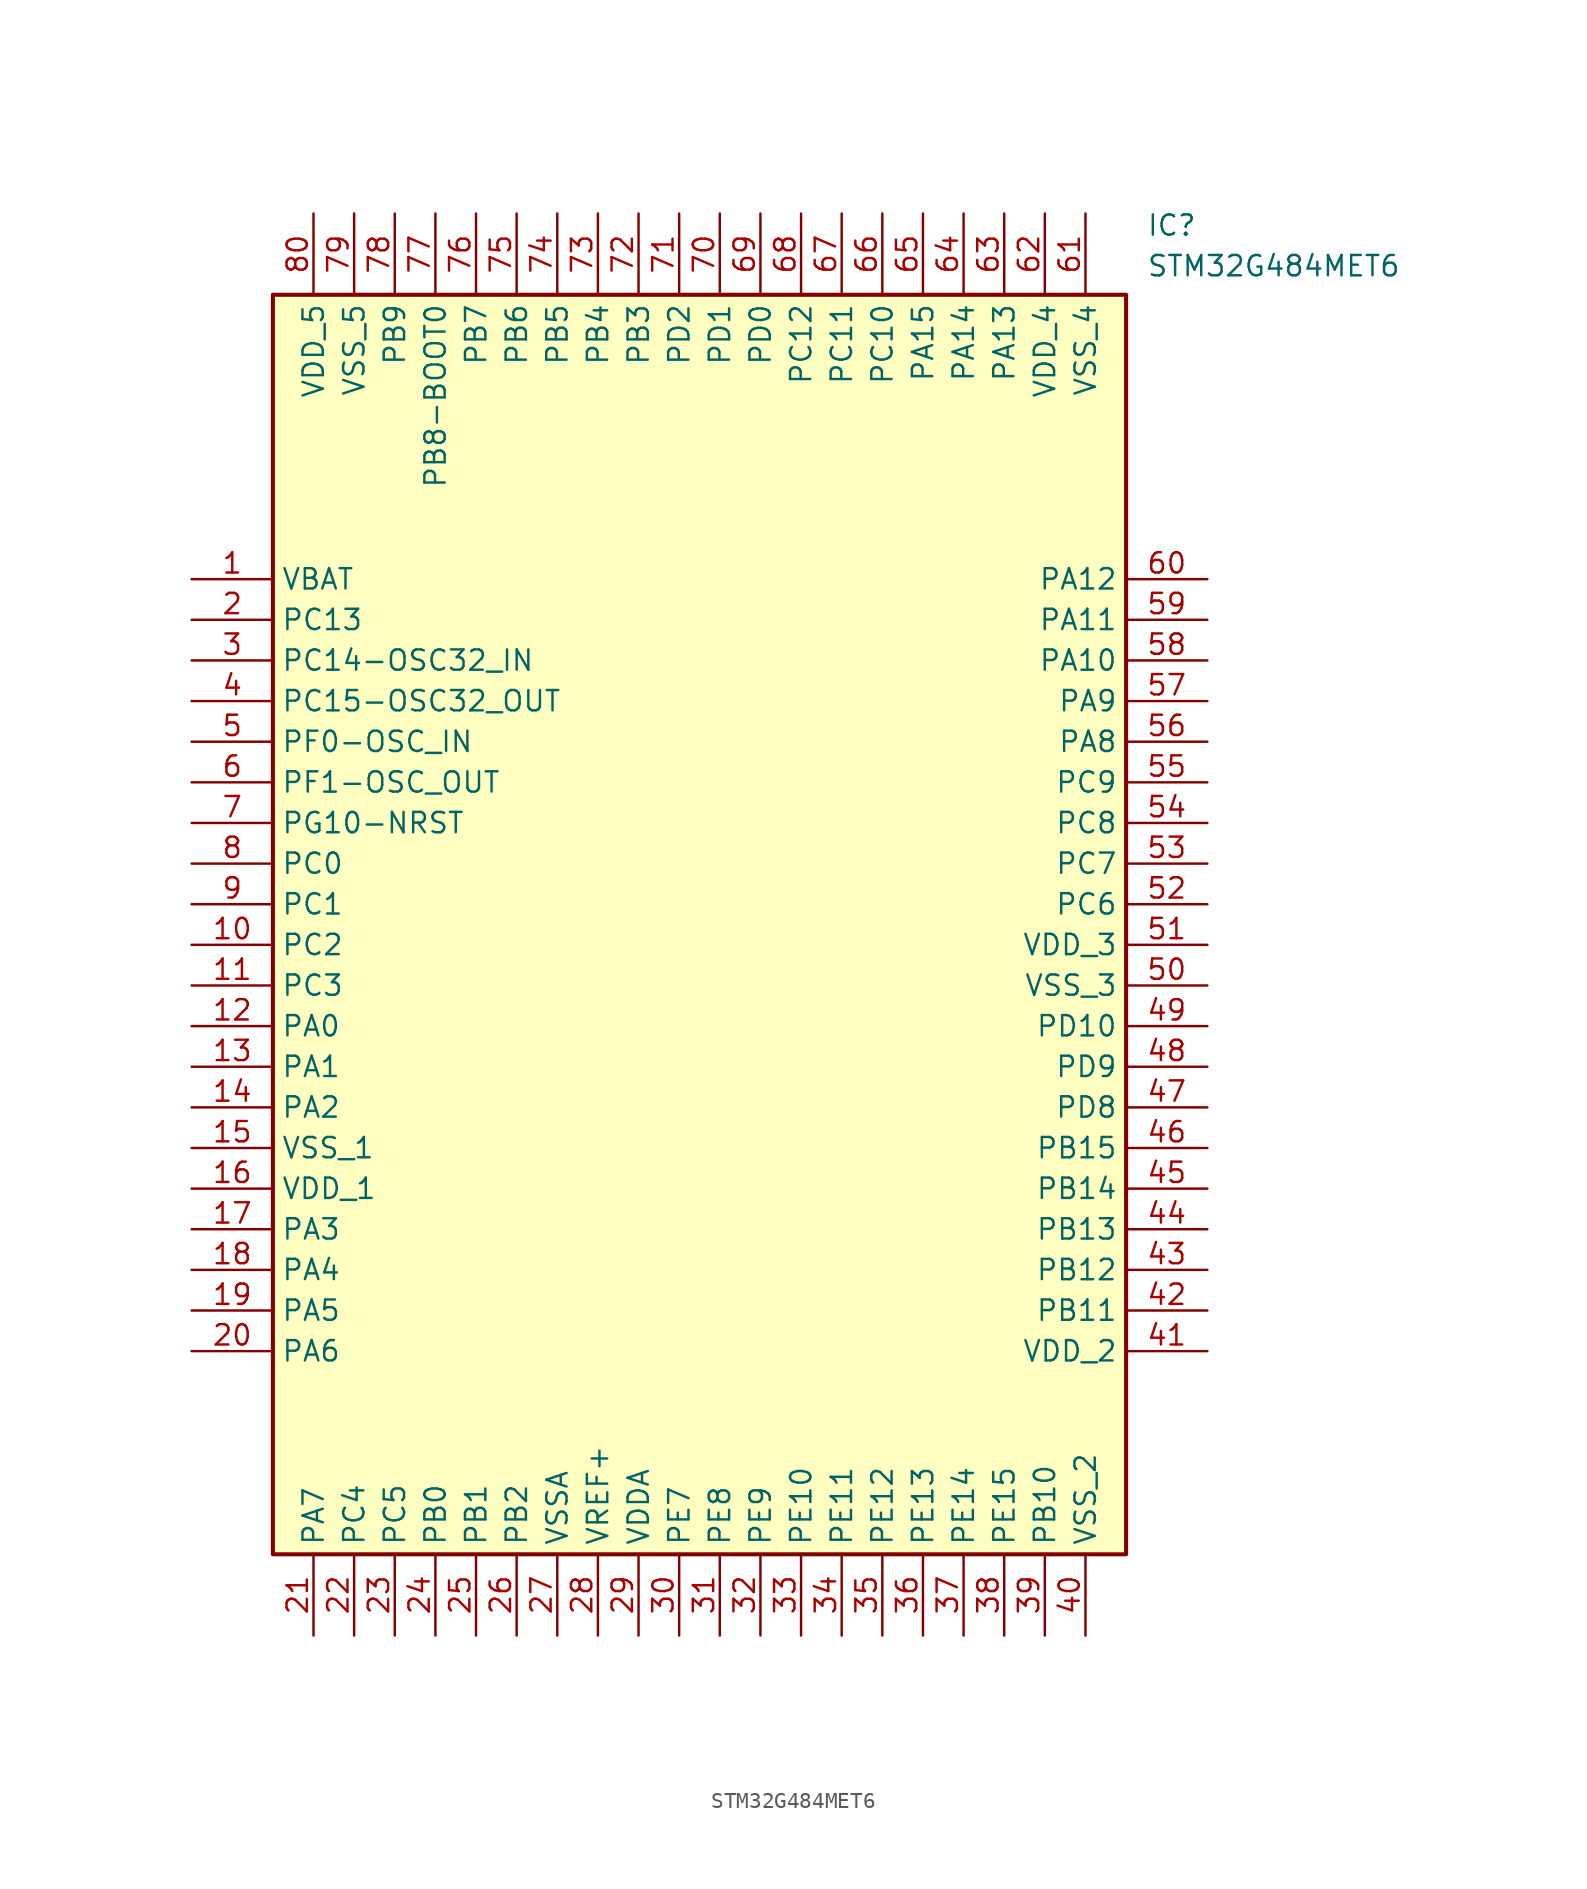
<source format=kicad_sym>
(kicad_symbol_lib
  (version 20211014)
  (generator SamacSys_ECAD_Model)
  (symbol "STM32G484MET6"
    (property "Reference" "IC"
      (at 59.69 22.86 0)
      (effects (font (size 1.27 1.27)) (justify left top)))
    (property "Value" "STM32G484MET6"
      (at 59.69 20.32 0)
      (effects (font (size 1.27 1.27)) (justify left top)))
    (rectangle
      (start 5.08 17.78)
      (end 58.42 -60.96)
      (stroke (width 0.254) (type default))
      (fill (type background)))
    (pin passive line
      (at 0 0 0)
      (length 5.08)
      (name "VBAT" (effects (font (size 1.27 1.27))))
      (number "1" (effects (font (size 1.27 1.27)))))
    (pin passive line
      (at 0 -2.54 0)
      (length 5.08)
      (name "PC13" (effects (font (size 1.27 1.27))))
      (number "2" (effects (font (size 1.27 1.27)))))
    (pin passive line
      (at 0 -5.08 0)
      (length 5.08)
      (name "PC14-OSC32_IN" (effects (font (size 1.27 1.27))))
      (number "3" (effects (font (size 1.27 1.27)))))
    (pin passive line
      (at 0 -7.62 0)
      (length 5.08)
      (name "PC15-OSC32_OUT" (effects (font (size 1.27 1.27))))
      (number "4" (effects (font (size 1.27 1.27)))))
    (pin passive line
      (at 0 -10.16 0)
      (length 5.08)
      (name "PF0-OSC_IN" (effects (font (size 1.27 1.27))))
      (number "5" (effects (font (size 1.27 1.27)))))
    (pin passive line
      (at 0 -12.7 0)
      (length 5.08)
      (name "PF1-OSC_OUT" (effects (font (size 1.27 1.27))))
      (number "6" (effects (font (size 1.27 1.27)))))
    (pin passive line
      (at 0 -15.24 0)
      (length 5.08)
      (name "PG10-NRST" (effects (font (size 1.27 1.27))))
      (number "7" (effects (font (size 1.27 1.27)))))
    (pin passive line
      (at 0 -17.78 0)
      (length 5.08)
      (name "PC0" (effects (font (size 1.27 1.27))))
      (number "8" (effects (font (size 1.27 1.27)))))
    (pin passive line
      (at 0 -20.32 0)
      (length 5.08)
      (name "PC1" (effects (font (size 1.27 1.27))))
      (number "9" (effects (font (size 1.27 1.27)))))
    (pin passive line
      (at 0 -22.86 0)
      (length 5.08)
      (name "PC2" (effects (font (size 1.27 1.27))))
      (number "10" (effects (font (size 1.27 1.27)))))
    (pin passive line
      (at 0 -25.4 0)
      (length 5.08)
      (name "PC3" (effects (font (size 1.27 1.27))))
      (number "11" (effects (font (size 1.27 1.27)))))
    (pin passive line
      (at 0 -27.94 0)
      (length 5.08)
      (name "PA0" (effects (font (size 1.27 1.27))))
      (number "12" (effects (font (size 1.27 1.27)))))
    (pin passive line
      (at 0 -30.48 0)
      (length 5.08)
      (name "PA1" (effects (font (size 1.27 1.27))))
      (number "13" (effects (font (size 1.27 1.27)))))
    (pin passive line
      (at 0 -33.02 0)
      (length 5.08)
      (name "PA2" (effects (font (size 1.27 1.27))))
      (number "14" (effects (font (size 1.27 1.27)))))
    (pin passive line
      (at 0 -35.56 0)
      (length 5.08)
      (name "VSS_1" (effects (font (size 1.27 1.27))))
      (number "15" (effects (font (size 1.27 1.27)))))
    (pin passive line
      (at 0 -38.1 0)
      (length 5.08)
      (name "VDD_1" (effects (font (size 1.27 1.27))))
      (number "16" (effects (font (size 1.27 1.27)))))
    (pin passive line
      (at 0 -40.64 0)
      (length 5.08)
      (name "PA3" (effects (font (size 1.27 1.27))))
      (number "17" (effects (font (size 1.27 1.27)))))
    (pin passive line
      (at 0 -43.18 0)
      (length 5.08)
      (name "PA4" (effects (font (size 1.27 1.27))))
      (number "18" (effects (font (size 1.27 1.27)))))
    (pin passive line
      (at 0 -45.72 0)
      (length 5.08)
      (name "PA5" (effects (font (size 1.27 1.27))))
      (number "19" (effects (font (size 1.27 1.27)))))
    (pin passive line
      (at 0 -48.26 0)
      (length 5.08)
      (name "PA6" (effects (font (size 1.27 1.27))))
      (number "20" (effects (font (size 1.27 1.27)))))
    (pin passive line
      (at 7.62 -66.04 90)
      (length 5.08)
      (name "PA7" (effects (font (size 1.27 1.27))))
      (number "21" (effects (font (size 1.27 1.27)))))
    (pin passive line
      (at 10.16 -66.04 90)
      (length 5.08)
      (name "PC4" (effects (font (size 1.27 1.27))))
      (number "22" (effects (font (size 1.27 1.27)))))
    (pin passive line
      (at 12.7 -66.04 90)
      (length 5.08)
      (name "PC5" (effects (font (size 1.27 1.27))))
      (number "23" (effects (font (size 1.27 1.27)))))
    (pin passive line
      (at 15.24 -66.04 90)
      (length 5.08)
      (name "PB0" (effects (font (size 1.27 1.27))))
      (number "24" (effects (font (size 1.27 1.27)))))
    (pin passive line
      (at 17.78 -66.04 90)
      (length 5.08)
      (name "PB1" (effects (font (size 1.27 1.27))))
      (number "25" (effects (font (size 1.27 1.27)))))
    (pin passive line
      (at 20.32 -66.04 90)
      (length 5.08)
      (name "PB2" (effects (font (size 1.27 1.27))))
      (number "26" (effects (font (size 1.27 1.27)))))
    (pin passive line
      (at 22.86 -66.04 90)
      (length 5.08)
      (name "VSSA" (effects (font (size 1.27 1.27))))
      (number "27" (effects (font (size 1.27 1.27)))))
    (pin passive line
      (at 25.4 -66.04 90)
      (length 5.08)
      (name "VREF+" (effects (font (size 1.27 1.27))))
      (number "28" (effects (font (size 1.27 1.27)))))
    (pin passive line
      (at 27.94 -66.04 90)
      (length 5.08)
      (name "VDDA" (effects (font (size 1.27 1.27))))
      (number "29" (effects (font (size 1.27 1.27)))))
    (pin passive line
      (at 30.48 -66.04 90)
      (length 5.08)
      (name "PE7" (effects (font (size 1.27 1.27))))
      (number "30" (effects (font (size 1.27 1.27)))))
    (pin passive line
      (at 33.02 -66.04 90)
      (length 5.08)
      (name "PE8" (effects (font (size 1.27 1.27))))
      (number "31" (effects (font (size 1.27 1.27)))))
    (pin passive line
      (at 35.56 -66.04 90)
      (length 5.08)
      (name "PE9" (effects (font (size 1.27 1.27))))
      (number "32" (effects (font (size 1.27 1.27)))))
    (pin passive line
      (at 38.1 -66.04 90)
      (length 5.08)
      (name "PE10" (effects (font (size 1.27 1.27))))
      (number "33" (effects (font (size 1.27 1.27)))))
    (pin passive line
      (at 40.64 -66.04 90)
      (length 5.08)
      (name "PE11" (effects (font (size 1.27 1.27))))
      (number "34" (effects (font (size 1.27 1.27)))))
    (pin passive line
      (at 43.18 -66.04 90)
      (length 5.08)
      (name "PE12" (effects (font (size 1.27 1.27))))
      (number "35" (effects (font (size 1.27 1.27)))))
    (pin passive line
      (at 45.72 -66.04 90)
      (length 5.08)
      (name "PE13" (effects (font (size 1.27 1.27))))
      (number "36" (effects (font (size 1.27 1.27)))))
    (pin passive line
      (at 48.26 -66.04 90)
      (length 5.08)
      (name "PE14" (effects (font (size 1.27 1.27))))
      (number "37" (effects (font (size 1.27 1.27)))))
    (pin passive line
      (at 50.8 -66.04 90)
      (length 5.08)
      (name "PE15" (effects (font (size 1.27 1.27))))
      (number "38" (effects (font (size 1.27 1.27)))))
    (pin passive line
      (at 53.34 -66.04 90)
      (length 5.08)
      (name "PB10" (effects (font (size 1.27 1.27))))
      (number "39" (effects (font (size 1.27 1.27)))))
    (pin passive line
      (at 55.88 -66.04 90)
      (length 5.08)
      (name "VSS_2" (effects (font (size 1.27 1.27))))
      (number "40" (effects (font (size 1.27 1.27)))))
    (pin passive line
      (at 63.5 0 180)
      (length 5.08)
      (name "PA12" (effects (font (size 1.27 1.27))))
      (number "60" (effects (font (size 1.27 1.27)))))
    (pin passive line
      (at 63.5 -2.54 180)
      (length 5.08)
      (name "PA11" (effects (font (size 1.27 1.27))))
      (number "59" (effects (font (size 1.27 1.27)))))
    (pin passive line
      (at 63.5 -5.08 180)
      (length 5.08)
      (name "PA10" (effects (font (size 1.27 1.27))))
      (number "58" (effects (font (size 1.27 1.27)))))
    (pin passive line
      (at 63.5 -7.62 180)
      (length 5.08)
      (name "PA9" (effects (font (size 1.27 1.27))))
      (number "57" (effects (font (size 1.27 1.27)))))
    (pin passive line
      (at 63.5 -10.16 180)
      (length 5.08)
      (name "PA8" (effects (font (size 1.27 1.27))))
      (number "56" (effects (font (size 1.27 1.27)))))
    (pin passive line
      (at 63.5 -12.7 180)
      (length 5.08)
      (name "PC9" (effects (font (size 1.27 1.27))))
      (number "55" (effects (font (size 1.27 1.27)))))
    (pin passive line
      (at 63.5 -15.24 180)
      (length 5.08)
      (name "PC8" (effects (font (size 1.27 1.27))))
      (number "54" (effects (font (size 1.27 1.27)))))
    (pin passive line
      (at 63.5 -17.78 180)
      (length 5.08)
      (name "PC7" (effects (font (size 1.27 1.27))))
      (number "53" (effects (font (size 1.27 1.27)))))
    (pin passive line
      (at 63.5 -20.32 180)
      (length 5.08)
      (name "PC6" (effects (font (size 1.27 1.27))))
      (number "52" (effects (font (size 1.27 1.27)))))
    (pin passive line
      (at 63.5 -22.86 180)
      (length 5.08)
      (name "VDD_3" (effects (font (size 1.27 1.27))))
      (number "51" (effects (font (size 1.27 1.27)))))
    (pin passive line
      (at 63.5 -25.4 180)
      (length 5.08)
      (name "VSS_3" (effects (font (size 1.27 1.27))))
      (number "50" (effects (font (size 1.27 1.27)))))
    (pin passive line
      (at 63.5 -27.94 180)
      (length 5.08)
      (name "PD10" (effects (font (size 1.27 1.27))))
      (number "49" (effects (font (size 1.27 1.27)))))
    (pin passive line
      (at 63.5 -30.48 180)
      (length 5.08)
      (name "PD9" (effects (font (size 1.27 1.27))))
      (number "48" (effects (font (size 1.27 1.27)))))
    (pin passive line
      (at 63.5 -33.02 180)
      (length 5.08)
      (name "PD8" (effects (font (size 1.27 1.27))))
      (number "47" (effects (font (size 1.27 1.27)))))
    (pin passive line
      (at 63.5 -35.56 180)
      (length 5.08)
      (name "PB15" (effects (font (size 1.27 1.27))))
      (number "46" (effects (font (size 1.27 1.27)))))
    (pin passive line
      (at 63.5 -38.1 180)
      (length 5.08)
      (name "PB14" (effects (font (size 1.27 1.27))))
      (number "45" (effects (font (size 1.27 1.27)))))
    (pin passive line
      (at 63.5 -40.64 180)
      (length 5.08)
      (name "PB13" (effects (font (size 1.27 1.27))))
      (number "44" (effects (font (size 1.27 1.27)))))
    (pin passive line
      (at 63.5 -43.18 180)
      (length 5.08)
      (name "PB12" (effects (font (size 1.27 1.27))))
      (number "43" (effects (font (size 1.27 1.27)))))
    (pin passive line
      (at 63.5 -45.72 180)
      (length 5.08)
      (name "PB11" (effects (font (size 1.27 1.27))))
      (number "42" (effects (font (size 1.27 1.27)))))
    (pin passive line
      (at 63.5 -48.26 180)
      (length 5.08)
      (name "VDD_2" (effects (font (size 1.27 1.27))))
      (number "41" (effects (font (size 1.27 1.27)))))
    (pin passive line
      (at 7.62 22.86 270)
      (length 5.08)
      (name "VDD_5" (effects (font (size 1.27 1.27))))
      (number "80" (effects (font (size 1.27 1.27)))))
    (pin passive line
      (at 10.16 22.86 270)
      (length 5.08)
      (name "VSS_5" (effects (font (size 1.27 1.27))))
      (number "79" (effects (font (size 1.27 1.27)))))
    (pin passive line
      (at 12.7 22.86 270)
      (length 5.08)
      (name "PB9" (effects (font (size 1.27 1.27))))
      (number "78" (effects (font (size 1.27 1.27)))))
    (pin passive line
      (at 15.24 22.86 270)
      (length 5.08)
      (name "PB8-BOOT0" (effects (font (size 1.27 1.27))))
      (number "77" (effects (font (size 1.27 1.27)))))
    (pin passive line
      (at 17.78 22.86 270)
      (length 5.08)
      (name "PB7" (effects (font (size 1.27 1.27))))
      (number "76" (effects (font (size 1.27 1.27)))))
    (pin passive line
      (at 20.32 22.86 270)
      (length 5.08)
      (name "PB6" (effects (font (size 1.27 1.27))))
      (number "75" (effects (font (size 1.27 1.27)))))
    (pin passive line
      (at 22.86 22.86 270)
      (length 5.08)
      (name "PB5" (effects (font (size 1.27 1.27))))
      (number "74" (effects (font (size 1.27 1.27)))))
    (pin passive line
      (at 25.4 22.86 270)
      (length 5.08)
      (name "PB4" (effects (font (size 1.27 1.27))))
      (number "73" (effects (font (size 1.27 1.27)))))
    (pin passive line
      (at 27.94 22.86 270)
      (length 5.08)
      (name "PB3" (effects (font (size 1.27 1.27))))
      (number "72" (effects (font (size 1.27 1.27)))))
    (pin passive line
      (at 30.48 22.86 270)
      (length 5.08)
      (name "PD2" (effects (font (size 1.27 1.27))))
      (number "71" (effects (font (size 1.27 1.27)))))
    (pin passive line
      (at 33.02 22.86 270)
      (length 5.08)
      (name "PD1" (effects (font (size 1.27 1.27))))
      (number "70" (effects (font (size 1.27 1.27)))))
    (pin passive line
      (at 35.56 22.86 270)
      (length 5.08)
      (name "PD0" (effects (font (size 1.27 1.27))))
      (number "69" (effects (font (size 1.27 1.27)))))
    (pin passive line
      (at 38.1 22.86 270)
      (length 5.08)
      (name "PC12" (effects (font (size 1.27 1.27))))
      (number "68" (effects (font (size 1.27 1.27)))))
    (pin passive line
      (at 40.64 22.86 270)
      (length 5.08)
      (name "PC11" (effects (font (size 1.27 1.27))))
      (number "67" (effects (font (size 1.27 1.27)))))
    (pin passive line
      (at 43.18 22.86 270)
      (length 5.08)
      (name "PC10" (effects (font (size 1.27 1.27))))
      (number "66" (effects (font (size 1.27 1.27)))))
    (pin passive line
      (at 45.72 22.86 270)
      (length 5.08)
      (name "PA15" (effects (font (size 1.27 1.27))))
      (number "65" (effects (font (size 1.27 1.27)))))
    (pin passive line
      (at 48.26 22.86 270)
      (length 5.08)
      (name "PA14" (effects (font (size 1.27 1.27))))
      (number "64" (effects (font (size 1.27 1.27)))))
    (pin passive line
      (at 50.8 22.86 270)
      (length 5.08)
      (name "PA13" (effects (font (size 1.27 1.27))))
      (number "63" (effects (font (size 1.27 1.27)))))
    (pin passive line
      (at 53.34 22.86 270)
      (length 5.08)
      (name "VDD_4" (effects (font (size 1.27 1.27))))
      (number "62" (effects (font (size 1.27 1.27)))))
    (pin passive line
      (at 55.88 22.86 270)
      (length 5.08)
      (name "VSS_4" (effects (font (size 1.27 1.27))))
      (number "61" (effects (font (size 1.27 1.27)))))))
</source>
